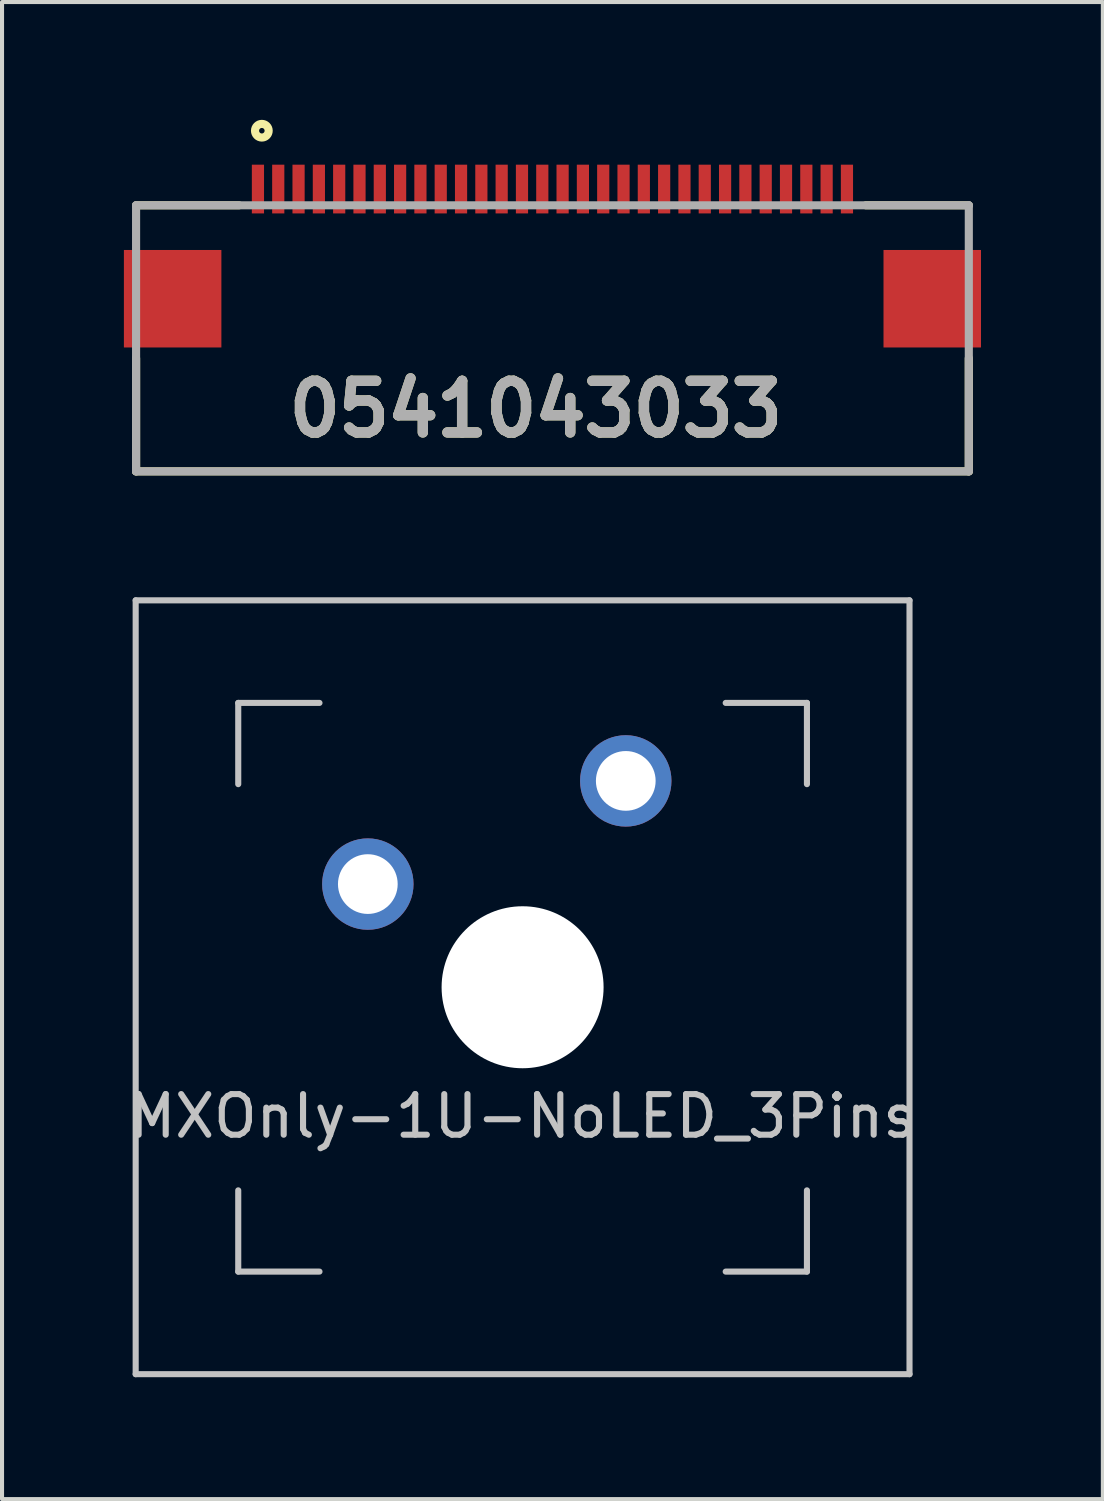
<source format=kicad_pcb>
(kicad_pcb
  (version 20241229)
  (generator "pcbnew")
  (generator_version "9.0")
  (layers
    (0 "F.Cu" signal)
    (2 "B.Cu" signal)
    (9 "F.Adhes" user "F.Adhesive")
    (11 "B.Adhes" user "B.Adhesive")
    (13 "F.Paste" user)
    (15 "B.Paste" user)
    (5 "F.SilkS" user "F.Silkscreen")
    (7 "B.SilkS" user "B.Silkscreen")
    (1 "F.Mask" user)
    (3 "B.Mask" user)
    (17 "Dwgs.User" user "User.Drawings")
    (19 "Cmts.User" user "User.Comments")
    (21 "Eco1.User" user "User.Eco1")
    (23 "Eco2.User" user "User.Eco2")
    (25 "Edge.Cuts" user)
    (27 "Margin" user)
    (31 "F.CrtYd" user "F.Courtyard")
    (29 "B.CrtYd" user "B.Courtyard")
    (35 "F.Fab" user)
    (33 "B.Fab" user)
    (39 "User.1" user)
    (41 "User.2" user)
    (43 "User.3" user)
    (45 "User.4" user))
  (footprint "0541043033"
    (layer "F.Cu")
    (at 10.55 2.004)
    (property "Reference" "0541043033" (at -0.409 5.017 0) (layer "F.SilkS") (effects (font (size 1.27 1.27) (thickness 0.254))))
    (attr smd)
    (fp_line (start -10.25 0) (end -7.717 0) (stroke (width 0.2) (type solid)) (layer "F.SilkS"))
    (fp_line (start -10.25 6.55) (end -10.25 3.766) (stroke (width 0.2) (type solid)) (layer "F.SilkS"))
    (fp_line (start -10.25 6.55) (end 10.25 6.55) (stroke (width 0.2) (type solid)) (layer "F.SilkS"))
    (fp_line (start 10.25 0) (end 7.717 0) (stroke (width 0.2) (type solid)) (layer "F.SilkS"))
    (fp_line (start 10.25 6.55) (end 10.25 3.766) (stroke (width 0.2) (type solid)) (layer "F.SilkS"))
    (fp_circle (center -7.154 -1.836) (end -7.154 -1.768) (stroke (width 0.2) (type solid)) (fill no) (layer "F.SilkS"))
    (fp_line (start -10.25 0) (end 10.25 0) (stroke (width 0.2) (type solid)) (layer "F.Fab"))
    (fp_line (start -10.25 6.55) (end -10.25 0) (stroke (width 0.2) (type solid)) (layer "F.Fab"))
    (fp_line (start 10.25 0) (end 10.25 6.55) (stroke (width 0.2) (type solid)) (layer "F.Fab"))
    (fp_line (start 10.25 6.55) (end -10.25 6.55) (stroke (width 0.2) (type solid)) (layer "F.Fab"))
    (fp_text user "${REFERENCE}" (at -0.409 5.017 0) (layer "F.Fab") (effects (font (size 1.27 1.27) (thickness 0.254))))
    (pad "1" smd rect (at -7.25 -0.4) (size 0.3 1.2) (layers "F.Cu" "F.Mask" "F.Paste"))
    (pad "2" smd rect (at -6.75 -0.4) (size 0.3 1.2) (layers "F.Cu" "F.Mask" "F.Paste"))
    (pad "3" smd rect (at -6.25 -0.4) (size 0.3 1.2) (layers "F.Cu" "F.Mask" "F.Paste"))
    (pad "4" smd rect (at -5.75 -0.4) (size 0.3 1.2) (layers "F.Cu" "F.Mask" "F.Paste"))
    (pad "5" smd rect (at -5.25 -0.4) (size 0.3 1.2) (layers "F.Cu" "F.Mask" "F.Paste"))
    (pad "6" smd rect (at -4.75 -0.4) (size 0.3 1.2) (layers "F.Cu" "F.Mask" "F.Paste"))
    (pad "7" smd rect (at -4.25 -0.4) (size 0.3 1.2) (layers "F.Cu" "F.Mask" "F.Paste"))
    (pad "8" smd rect (at -3.75 -0.4) (size 0.3 1.2) (layers "F.Cu" "F.Mask" "F.Paste"))
    (pad "9" smd rect (at -3.25 -0.4) (size 0.3 1.2) (layers "F.Cu" "F.Mask" "F.Paste"))
    (pad "10" smd rect (at -2.75 -0.4) (size 0.3 1.2) (layers "F.Cu" "F.Mask" "F.Paste"))
    (pad "11" smd rect (at -2.25 -0.4) (size 0.3 1.2) (layers "F.Cu" "F.Mask" "F.Paste"))
    (pad "12" smd rect (at -1.75 -0.4) (size 0.3 1.2) (layers "F.Cu" "F.Mask" "F.Paste"))
    (pad "13" smd rect (at -1.25 -0.4) (size 0.3 1.2) (layers "F.Cu" "F.Mask" "F.Paste"))
    (pad "14" smd rect (at -0.75 -0.4) (size 0.3 1.2) (layers "F.Cu" "F.Mask" "F.Paste"))
    (pad "15" smd rect (at -0.25 -0.4) (size 0.3 1.2) (layers "F.Cu" "F.Mask" "F.Paste"))
    (pad "16" smd rect (at 0.25 -0.4) (size 0.3 1.2) (layers "F.Cu" "F.Mask" "F.Paste"))
    (pad "17" smd rect (at 0.75 -0.4) (size 0.3 1.2) (layers "F.Cu" "F.Mask" "F.Paste"))
    (pad "18" smd rect (at 1.25 -0.4) (size 0.3 1.2) (layers "F.Cu" "F.Mask" "F.Paste"))
    (pad "19" smd rect (at 1.75 -0.4) (size 0.3 1.2) (layers "F.Cu" "F.Mask" "F.Paste"))
    (pad "20" smd rect (at 2.25 -0.4) (size 0.3 1.2) (layers "F.Cu" "F.Mask" "F.Paste"))
    (pad "21" smd rect (at 2.75 -0.4) (size 0.3 1.2) (layers "F.Cu" "F.Mask" "F.Paste"))
    (pad "22" smd rect (at 3.25 -0.4) (size 0.3 1.2) (layers "F.Cu" "F.Mask" "F.Paste"))
    (pad "23" smd rect (at 3.75 -0.4) (size 0.3 1.2) (layers "F.Cu" "F.Mask" "F.Paste"))
    (pad "24" smd rect (at 4.25 -0.4) (size 0.3 1.2) (layers "F.Cu" "F.Mask" "F.Paste"))
    (pad "25" smd rect (at 4.75 -0.4) (size 0.3 1.2) (layers "F.Cu" "F.Mask" "F.Paste"))
    (pad "26" smd rect (at 5.25 -0.4) (size 0.3 1.2) (layers "F.Cu" "F.Mask" "F.Paste"))
    (pad "27" smd rect (at 5.75 -0.4) (size 0.3 1.2) (layers "F.Cu" "F.Mask" "F.Paste"))
    (pad "28" smd rect (at 6.25 -0.4) (size 0.3 1.2) (layers "F.Cu" "F.Mask" "F.Paste"))
    (pad "29" smd rect (at 6.75 -0.4) (size 0.3 1.2) (layers "F.Cu" "F.Mask" "F.Paste"))
    (pad "30" smd rect (at 7.25 -0.4) (size 0.3 1.2) (layers "F.Cu" "F.Mask" "F.Paste"))
    (pad "31" smd rect (at -9.35 2.3 90) (size 2.4 2.4) (layers "F.Cu" "F.Mask" "F.Paste"))
    (pad "32" smd rect (at 9.35 2.3 90) (size 2.4 2.4) (layers "F.Cu" "F.Mask" "F.Paste")))
  (footprint "MXOnly-1U-NoLED_3Pins"
    (layer "F.Cu")
    (at 9.815 21.254)
    (property "Reference" "MXOnly-1U-NoLED_3Pins" (at 0 3.175 0) (layer "Dwgs.User") (effects (font (size 1 1) (thickness 0.15))))
    (attr through_hole)
    (fp_line (start -9.525 -9.525) (end 9.525 -9.525) (stroke (width 0.15) (type solid)) (layer "Dwgs.User"))
    (fp_line (start -9.525 9.525) (end -9.525 -9.525) (stroke (width 0.15) (type solid)) (layer "Dwgs.User"))
    (fp_line (start -7 -7) (end -7 -5) (stroke (width 0.15) (type solid)) (layer "Dwgs.User"))
    (fp_line (start -7 5) (end -7 7) (stroke (width 0.15) (type solid)) (layer "Dwgs.User"))
    (fp_line (start -7 7) (end -5 7) (stroke (width 0.15) (type solid)) (layer "Dwgs.User"))
    (fp_line (start -5 -7) (end -7 -7) (stroke (width 0.15) (type solid)) (layer "Dwgs.User"))
    (fp_line (start 5 -7) (end 7 -7) (stroke (width 0.15) (type solid)) (layer "Dwgs.User"))
    (fp_line (start 5 7) (end 7 7) (stroke (width 0.15) (type solid)) (layer "Dwgs.User"))
    (fp_line (start 7 -7) (end 7 -5) (stroke (width 0.15) (type solid)) (layer "Dwgs.User"))
    (fp_line (start 7 7) (end 7 5) (stroke (width 0.15) (type solid)) (layer "Dwgs.User"))
    (fp_line (start 9.525 -9.525) (end 9.525 9.525) (stroke (width 0.15) (type solid)) (layer "Dwgs.User"))
    (fp_line (start 9.525 9.525) (end -9.525 9.525) (stroke (width 0.15) (type solid)) (layer "Dwgs.User"))
    (pad "" np_thru_hole circle (at 0 0) (size 3.988 3.988) (drill 3.988) (layers "*.Cu" "*.Mask"))
    (pad "1" thru_hole circle (at -3.81 -2.54) (size 2.25 2.25) (drill 1.47) (layers "*.Cu" "B.Mask"))
    (pad "2" thru_hole circle (at 2.54 -5.08) (size 2.25 2.25) (drill 1.47) (layers "*.Cu" "B.Mask")))
  (gr_rect
    (start -3 -3)
    (end 24.1 33.854)
    (stroke (width 0.1) (type default))
    (fill no)
    (layer "Edge.Cuts")))
</source>
